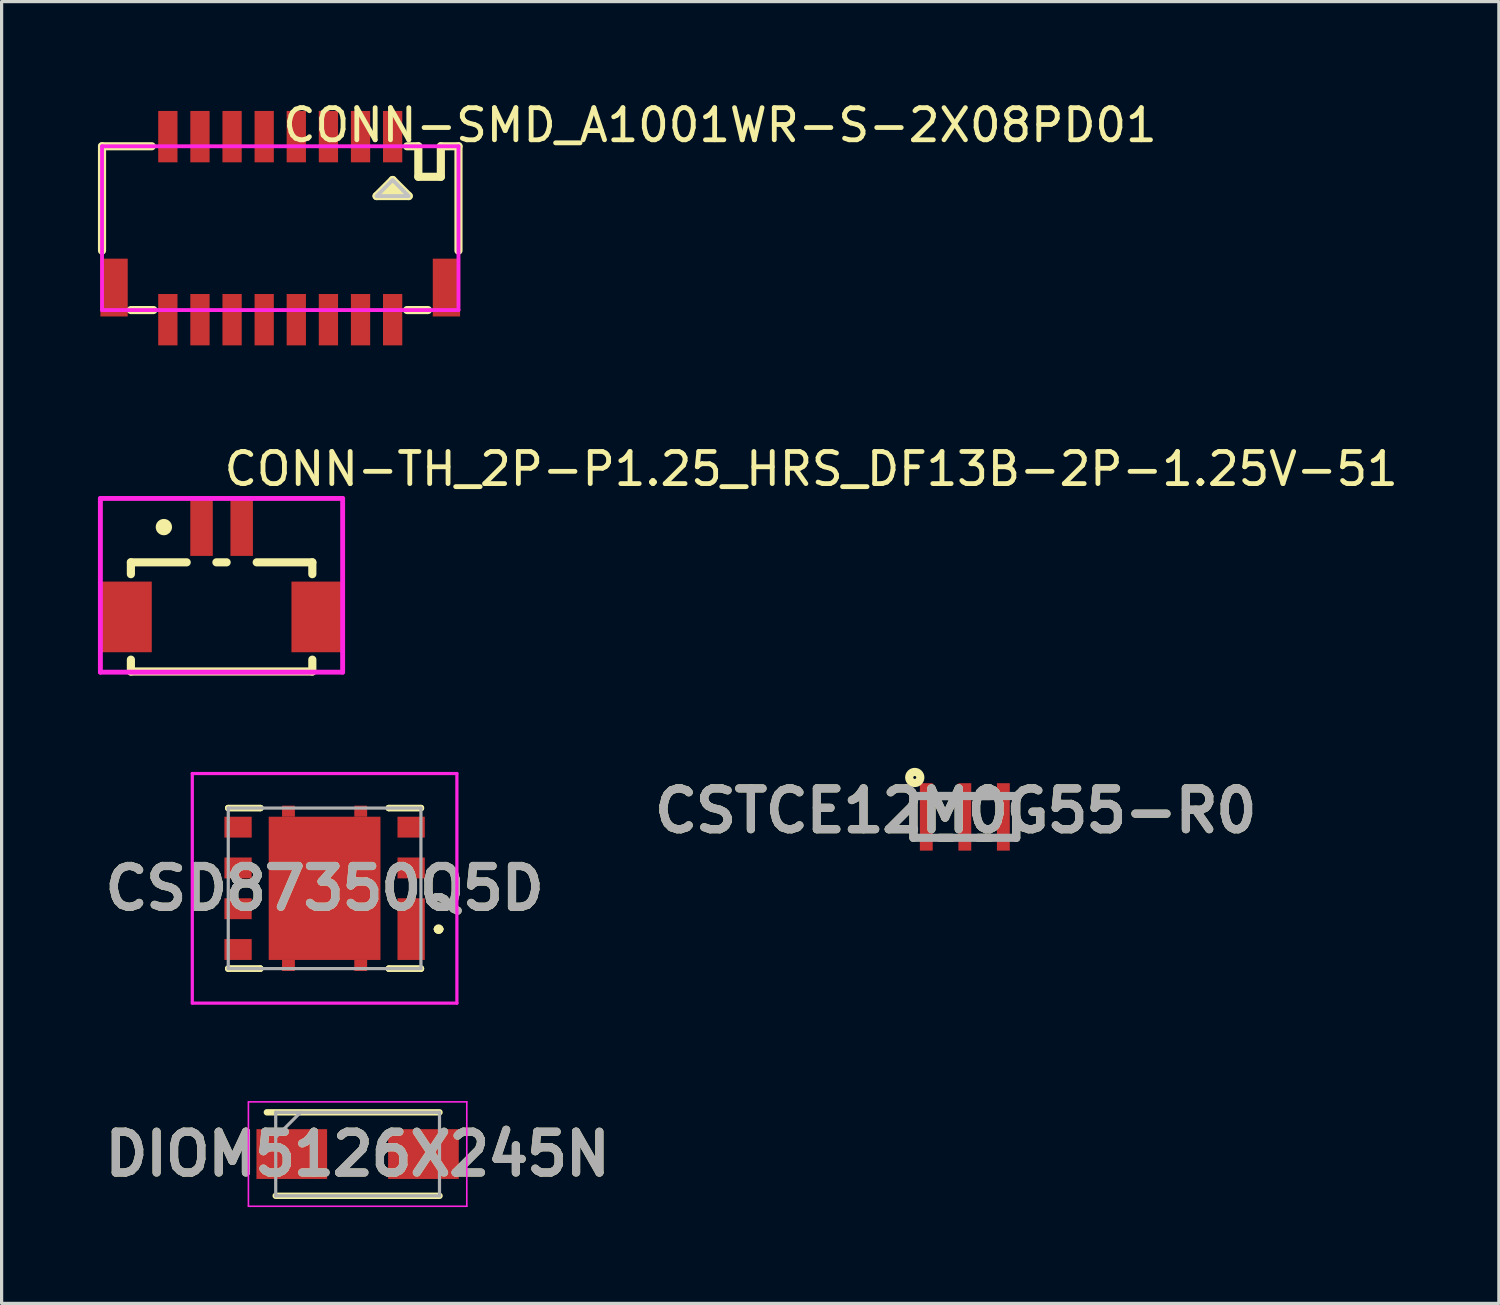
<source format=kicad_pcb>
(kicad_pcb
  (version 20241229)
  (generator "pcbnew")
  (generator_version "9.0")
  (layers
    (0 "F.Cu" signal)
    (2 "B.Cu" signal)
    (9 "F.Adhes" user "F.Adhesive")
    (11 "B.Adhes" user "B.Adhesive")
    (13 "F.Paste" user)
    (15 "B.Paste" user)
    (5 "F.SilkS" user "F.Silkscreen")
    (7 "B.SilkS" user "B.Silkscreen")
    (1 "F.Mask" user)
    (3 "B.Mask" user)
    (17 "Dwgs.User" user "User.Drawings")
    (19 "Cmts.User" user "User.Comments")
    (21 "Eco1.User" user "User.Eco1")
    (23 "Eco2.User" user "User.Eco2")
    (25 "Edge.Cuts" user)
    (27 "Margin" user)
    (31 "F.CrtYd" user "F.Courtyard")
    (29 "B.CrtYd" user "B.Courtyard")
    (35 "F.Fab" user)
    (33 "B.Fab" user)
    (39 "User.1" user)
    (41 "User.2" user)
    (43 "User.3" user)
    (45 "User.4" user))
  (footprint "DIOM5126X245N"
    (layer "F.Cu")
    (at 8.086 32.888)
    (property "Reference" "DIOM5126X245N" (at 0 0 0) (layer "F.SilkS") (effects (font (size 1.27 1.27) (thickness 0.254))))
    (attr smd)
    (fp_line (start -2.55 1.3) (end 2.55 1.3) (stroke (width 0.2) (type solid)) (layer "F.SilkS"))
    (fp_line (start 2.55 -1.3) (end -2.825 -1.3) (stroke (width 0.2) (type solid)) (layer "F.SilkS"))
    (fp_line (start -3.4 -1.625) (end 3.4 -1.625) (stroke (width 0.05) (type solid)) (layer "F.CrtYd"))
    (fp_line (start -3.4 1.625) (end -3.4 -1.625) (stroke (width 0.05) (type solid)) (layer "F.CrtYd"))
    (fp_line (start 3.4 -1.625) (end 3.4 1.625) (stroke (width 0.05) (type solid)) (layer "F.CrtYd"))
    (fp_line (start 3.4 1.625) (end -3.4 1.625) (stroke (width 0.05) (type solid)) (layer "F.CrtYd"))
    (fp_line (start -2.55 -1.3) (end 2.55 -1.3) (stroke (width 0.1) (type solid)) (layer "F.Fab"))
    (fp_line (start -2.55 -0.525) (end -1.775 -1.3) (stroke (width 0.1) (type solid)) (layer "F.Fab"))
    (fp_line (start -2.55 1.3) (end -2.55 -1.3) (stroke (width 0.1) (type solid)) (layer "F.Fab"))
    (fp_line (start 2.55 -1.3) (end 2.55 1.3) (stroke (width 0.1) (type solid)) (layer "F.Fab"))
    (fp_line (start 2.55 1.3) (end -2.55 1.3) (stroke (width 0.1) (type solid)) (layer "F.Fab"))
    (fp_text user "${REFERENCE}" (at 0 0 0) (layer "F.Fab") (effects (font (size 1.27 1.27) (thickness 0.254))))
    (pad "1" smd rect (at -2.05 0 90) (size 1.55 2.2) (layers "F.Cu" "F.Mask" "F.Paste"))
    (pad "2" smd rect (at 2.05 0 90) (size 1.55 2.2) (layers "F.Cu" "F.Mask" "F.Paste")))
  (footprint "CONN-SMD_A1001WR-S-2X08PD01"
    (layer "F.Cu")
    (at 5.677 4.055)
    (property "Reference" "CONN-SMD_A1001WR-S-2X08PD01" (at 0 -3.207 0) (layer "F.SilkS") (effects (font (size 1 1) (thickness 0.15)) (justify left)))
    (attr through_hole)
    (fp_line (start -5.55 -2.55) (end -5.55 0.7) (stroke (width 0.254) (type solid)) (layer "F.SilkS"))
    (fp_line (start -4.65 2.55) (end -3.95 2.55) (stroke (width 0.254) (type solid)) (layer "F.SilkS"))
    (fp_line (start -4.001 -2.55) (end -5.55 -2.55) (stroke (width 0.254) (type solid)) (layer "F.SilkS"))
    (fp_line (start 3 -1) (end 4 -1) (stroke (width 0.254) (type solid)) (layer "F.SilkS"))
    (fp_line (start 3.5 -1.5) (end 3 -1) (stroke (width 0.254) (type solid)) (layer "F.SilkS"))
    (fp_line (start 3.95 -2.55) (end 4.3 -2.55) (stroke (width 0.254) (type solid)) (layer "F.SilkS"))
    (fp_line (start 3.95 2.55) (end 4.6 2.55) (stroke (width 0.254) (type solid)) (layer "F.SilkS"))
    (fp_line (start 4 -1) (end 3.5 -1.5) (stroke (width 0.254) (type solid)) (layer "F.SilkS"))
    (fp_line (start 4.3 -2.55) (end 4.3 -1.6) (stroke (width 0.254) (type solid)) (layer "F.SilkS"))
    (fp_line (start 4.3 -1.6) (end 5.001 -1.6) (stroke (width 0.254) (type solid)) (layer "F.SilkS"))
    (fp_line (start 5.001 -2.55) (end 5.55 -2.55) (stroke (width 0.254) (type solid)) (layer "F.SilkS"))
    (fp_line (start 5.001 -1.6) (end 5.001 -2.55) (stroke (width 0.254) (type solid)) (layer "F.SilkS"))
    (fp_line (start 5.55 -2.55) (end 5.55 0.7) (stroke (width 0.254) (type solid)) (layer "F.SilkS"))
    (fp_poly (pts (xy 3.5 -1.5) (xy 3 -1) (xy 4 -1)) (stroke (width 0.12) (type solid)) (fill yes) (layer "F.SilkS"))
    (fp_poly (pts (xy 3.5 -1.5) (xy 3 -1) (xy 4 -1)) (stroke (width 0.12) (type solid)) (fill no) (layer "Dwgs.User"))
    (fp_circle (center 5.55 -3.25) (end 5.58 -3.25) (stroke (width 0.06) (type solid)) (fill no) (layer "Eco2.User"))
    (fp_poly (pts (xy -5.275 1.15) (xy -5.075 1.15) (xy -5.075 2.55) (xy -5.275 2.55)) (stroke (width 0.12) (type solid)) (fill no) (layer "Eco2.User"))
    (fp_poly (pts (xy -3.6 -3.25) (xy -3.4 -3.25) (xy -3.4 -2.5) (xy -3.6 -2.5)) (stroke (width 0.12) (type solid)) (fill no) (layer "Eco2.User"))
    (fp_poly (pts (xy -3.6 2.5) (xy -3.4 2.5) (xy -3.4 3.25) (xy -3.6 3.25)) (stroke (width 0.12) (type solid)) (fill no) (layer "Eco2.User"))
    (fp_poly (pts (xy -2.6 -3.25) (xy -2.4 -3.25) (xy -2.4 -2.5) (xy -2.6 -2.5)) (stroke (width 0.12) (type solid)) (fill no) (layer "Eco2.User"))
    (fp_poly (pts (xy -2.6 2.5) (xy -2.4 2.5) (xy -2.4 3.25) (xy -2.6 3.25)) (stroke (width 0.12) (type solid)) (fill no) (layer "Eco2.User"))
    (fp_poly (pts (xy -1.6 -3.25) (xy -1.4 -3.25) (xy -1.4 -2.5) (xy -1.6 -2.5)) (stroke (width 0.12) (type solid)) (fill no) (layer "Eco2.User"))
    (fp_poly (pts (xy -1.6 2.5) (xy -1.4 2.5) (xy -1.4 3.25) (xy -1.6 3.25)) (stroke (width 0.12) (type solid)) (fill no) (layer "Eco2.User"))
    (fp_poly (pts (xy -0.6 -3.25) (xy -0.4 -3.25) (xy -0.4 -2.5) (xy -0.6 -2.5)) (stroke (width 0.12) (type solid)) (fill no) (layer "Eco2.User"))
    (fp_poly (pts (xy -0.6 2.5) (xy -0.4 2.5) (xy -0.4 3.25) (xy -0.6 3.25)) (stroke (width 0.12) (type solid)) (fill no) (layer "Eco2.User"))
    (fp_poly (pts (xy 0.4 -3.25) (xy 0.6 -3.25) (xy 0.6 -2.5) (xy 0.4 -2.5)) (stroke (width 0.12) (type solid)) (fill no) (layer "Eco2.User"))
    (fp_poly (pts (xy 0.4 2.5) (xy 0.6 2.5) (xy 0.6 3.25) (xy 0.4 3.25)) (stroke (width 0.12) (type solid)) (fill no) (layer "Eco2.User"))
    (fp_poly (pts (xy 1.4 -3.25) (xy 1.6 -3.25) (xy 1.6 -2.5) (xy 1.4 -2.5)) (stroke (width 0.12) (type solid)) (fill no) (layer "Eco2.User"))
    (fp_poly (pts (xy 1.4 2.5) (xy 1.6 2.5) (xy 1.6 3.25) (xy 1.4 3.25)) (stroke (width 0.12) (type solid)) (fill no) (layer "Eco2.User"))
    (fp_poly (pts (xy 2.4 -3.25) (xy 2.6 -3.25) (xy 2.6 -2.5) (xy 2.4 -2.5)) (stroke (width 0.12) (type solid)) (fill no) (layer "Eco2.User"))
    (fp_poly (pts (xy 2.4 2.5) (xy 2.6 2.5) (xy 2.6 3.25) (xy 2.4 3.25)) (stroke (width 0.12) (type solid)) (fill no) (layer "Eco2.User"))
    (fp_poly (pts (xy 3.4 -3.25) (xy 3.6 -3.25) (xy 3.6 -2.5) (xy 3.4 -2.5)) (stroke (width 0.12) (type solid)) (fill no) (layer "Eco2.User"))
    (fp_poly (pts (xy 3.4 2.5) (xy 3.6 2.5) (xy 3.6 3.25) (xy 3.4 3.25)) (stroke (width 0.12) (type solid)) (fill no) (layer "Eco2.User"))
    (fp_poly (pts (xy 5.075 1.15) (xy 5.275 1.15) (xy 5.275 2.55) (xy 5.075 2.55)) (stroke (width 0.12) (type solid)) (fill no) (layer "Eco2.User"))
    (fp_line (start -5.55 -2.55) (end 5.55 -2.55) (stroke (width 0.12) (type solid)) (layer "F.CrtYd"))
    (fp_line (start -5.55 2.55) (end -5.55 -2.55) (stroke (width 0.12) (type solid)) (layer "F.CrtYd"))
    (fp_line (start 5.55 -2.55) (end 5.55 2.55) (stroke (width 0.12) (type solid)) (layer "F.CrtYd"))
    (fp_line (start 5.55 2.55) (end -5.55 2.55) (stroke (width 0.12) (type solid)) (layer "F.CrtYd"))
    (pad "1" smd rect (at 3.5 -2.85) (size 0.6 1.6) (layers "F.Cu" "F.Mask" "F.Paste"))
    (pad "2" smd rect (at 3.5 2.85) (size 0.6 1.6) (layers "F.Cu" "F.Mask" "F.Paste"))
    (pad "3" smd rect (at 2.5 -2.85) (size 0.6 1.6) (layers "F.Cu" "F.Mask" "F.Paste"))
    (pad "4" smd rect (at 2.5 2.85) (size 0.6 1.6) (layers "F.Cu" "F.Mask" "F.Paste"))
    (pad "5" smd rect (at 1.5 -2.85) (size 0.6 1.6) (layers "F.Cu" "F.Mask" "F.Paste"))
    (pad "6" smd rect (at 1.5 2.85) (size 0.6 1.6) (layers "F.Cu" "F.Mask" "F.Paste"))
    (pad "7" smd rect (at 0.5 -2.85) (size 0.6 1.6) (layers "F.Cu" "F.Mask" "F.Paste"))
    (pad "8" smd rect (at 0.5 2.85) (size 0.6 1.6) (layers "F.Cu" "F.Mask" "F.Paste"))
    (pad "9" smd rect (at -0.5 -2.85) (size 0.6 1.6) (layers "F.Cu" "F.Mask" "F.Paste"))
    (pad "10" smd rect (at -0.5 2.85) (size 0.6 1.6) (layers "F.Cu" "F.Mask" "F.Paste"))
    (pad "11" smd rect (at -1.5 -2.85) (size 0.6 1.6) (layers "F.Cu" "F.Mask" "F.Paste"))
    (pad "12" smd rect (at -1.5 2.85) (size 0.6 1.6) (layers "F.Cu" "F.Mask" "F.Paste"))
    (pad "13" smd rect (at -2.5 -2.85) (size 0.6 1.6) (layers "F.Cu" "F.Mask" "F.Paste"))
    (pad "14" smd rect (at -2.5 2.85) (size 0.6 1.6) (layers "F.Cu" "F.Mask" "F.Paste"))
    (pad "15" smd rect (at -3.5 -2.85) (size 0.6 1.6) (layers "F.Cu" "F.Mask" "F.Paste"))
    (pad "16" smd rect (at -3.5 2.85) (size 0.6 1.6) (layers "F.Cu" "F.Mask" "F.Paste"))
    (pad "17" smd rect (at -5.175 1.85) (size 0.85 1.8) (layers "F.Cu" "F.Mask" "F.Paste"))
    (pad "18" smd rect (at 5.175 1.85) (size 0.85 1.8) (layers "F.Cu" "F.Mask" "F.Paste")))
  (footprint "CONN-TH_2P-P1.25_HRS_DF13B-2P-1.25V-51"
    (layer "F.Cu")
    (at 3.851 14.761)
    (property "Reference" "CONN-TH_2P-P1.25_HRS_DF13B-2P-1.25V-51" (at 0 -3.207 0) (layer "F.SilkS") (effects (font (size 1 1) (thickness 0.15)) (justify left)))
    (attr through_hole)
    (fp_line (start -2.825 -0.3) (end -2.825 0.069) (stroke (width 0.254) (type solid)) (layer "F.SilkS"))
    (fp_line (start -2.825 -0.3) (end -1.088 -0.3) (stroke (width 0.254) (type solid)) (layer "F.SilkS"))
    (fp_line (start -2.825 2.731) (end -2.825 3.1) (stroke (width 0.254) (type solid)) (layer "F.SilkS"))
    (fp_line (start -0.162 -0.3) (end 0.156 -0.3) (stroke (width 0.254) (type solid)) (layer "F.SilkS"))
    (fp_line (start 1.093 -0.3) (end 2.825 -0.3) (stroke (width 0.254) (type solid)) (layer "F.SilkS"))
    (fp_line (start 2.825 0.069) (end 2.825 -0.3) (stroke (width 0.254) (type solid)) (layer "F.SilkS"))
    (fp_line (start 2.825 3.1) (end -2.825 3.1) (stroke (width 0.254) (type solid)) (layer "F.SilkS"))
    (fp_line (start 2.825 3.1) (end 2.825 2.731) (stroke (width 0.254) (type solid)) (layer "F.SilkS"))
    (fp_circle (center -1.798 -1.397) (end -1.671 -1.397) (stroke (width 0.254) (type solid)) (fill no) (layer "F.SilkS"))
    (fp_line (start -3.775 -2.289) (end 3.769 -2.289) (stroke (width 0.152) (type solid)) (layer "F.CrtYd"))
    (fp_line (start -3.775 3.121) (end -3.775 -2.289) (stroke (width 0.152) (type solid)) (layer "F.CrtYd"))
    (fp_line (start 3.769 -2.289) (end 3.769 3.121) (stroke (width 0.152) (type solid)) (layer "F.CrtYd"))
    (fp_line (start 3.769 3.121) (end -3.775 3.121) (stroke (width 0.152) (type solid)) (layer "F.CrtYd"))
    (pad "1" smd rect (at -0.625 -1.4 180) (size 0.7 1.8) (layers "F.Cu" "F.Mask" "F.Paste"))
    (pad "2" smd rect (at 0.625 -1.4 180) (size 0.7 1.8) (layers "F.Cu" "F.Mask" "F.Paste"))
    (pad "3" smd rect (at 2.975 1.4 180) (size 1.6 2.2) (layers "F.Cu" "F.Mask" "F.Paste"))
    (pad "4" smd rect (at -2.975 1.4 180) (size 1.6 2.2) (layers "F.Cu" "F.Mask" "F.Paste")))
  (footprint "CSTCE12M0G55-R0"
    (layer "F.Cu")
    (at 26.995 22.389)
    (property "Reference" "CSTCE12M0G55-R0" (at -0.282 -0.192 0) (layer "F.SilkS") (effects (font (size 1.27 1.27) (thickness 0.254))))
    (attr smd)
    (fp_line (start -1.6 0.65) (end -1.6 -0.65) (stroke (width 0.254) (type solid)) (layer "F.SilkS"))
    (fp_line (start -0.807 -0.65) (end -0.428 -0.65) (stroke (width 0.254) (type solid)) (layer "F.SilkS"))
    (fp_line (start -0.783 0.65) (end -0.404 0.65) (stroke (width 0.254) (type solid)) (layer "F.SilkS"))
    (fp_line (start 0.417 -0.65) (end 0.796 -0.65) (stroke (width 0.254) (type solid)) (layer "F.SilkS"))
    (fp_line (start 0.417 0.65) (end 0.796 0.65) (stroke (width 0.254) (type solid)) (layer "F.SilkS"))
    (fp_line (start 1.6 -0.65) (end 1.6 0.65) (stroke (width 0.254) (type solid)) (layer "F.SilkS"))
    (fp_circle (center -1.559 -1.228) (end -1.559 -1.182) (stroke (width 0.254) (type solid)) (fill no) (layer "F.SilkS"))
    (fp_line (start -1.6 -0.65) (end 1.6 -0.65) (stroke (width 0.254) (type solid)) (layer "F.Fab"))
    (fp_line (start -1.6 0.65) (end -1.6 -0.65) (stroke (width 0.254) (type solid)) (layer "F.Fab"))
    (fp_line (start 1.6 -0.65) (end 1.6 0.65) (stroke (width 0.254) (type solid)) (layer "F.Fab"))
    (fp_line (start 1.6 0.65) (end -1.6 0.65) (stroke (width 0.254) (type solid)) (layer "F.Fab"))
    (fp_text user "${REFERENCE}" (at -0.282 -0.192 0) (layer "F.Fab") (effects (font (size 1.27 1.27) (thickness 0.254))))
    (pad "1" smd rect (at -1.2 0) (size 0.4 2.1) (layers "F.Cu" "F.Mask" "F.Paste"))
    (pad "2" smd rect (at 0 0) (size 0.4 2.1) (layers "F.Cu" "F.Mask" "F.Paste"))
    (pad "3" smd rect (at 1.2 0) (size 0.4 2.1) (layers "F.Cu" "F.Mask" "F.Paste")))
  (footprint "CSD87350Q5D"
    (layer "F.Cu")
    (at 7.058 24.613)
    (property "Reference" "CSD87350Q5D" (at 0 0 0) (layer "F.SilkS") (effects (font (size 1.27 1.27) (thickness 0.254))))
    (attr smd)
    (fp_line (start -3 -2.5) (end -3 -2.5) (stroke (width 0.2) (type solid)) (layer "F.SilkS"))
    (fp_line (start -3 -2.5) (end -2 -2.5) (stroke (width 0.2) (type solid)) (layer "F.SilkS"))
    (fp_line (start -3 2.5) (end -3 2.5) (stroke (width 0.2) (type solid)) (layer "F.SilkS"))
    (fp_line (start -3 2.5) (end -2 2.5) (stroke (width 0.2) (type solid)) (layer "F.SilkS"))
    (fp_line (start -2 -2.5) (end -3 -2.5) (stroke (width 0.2) (type solid)) (layer "F.SilkS"))
    (fp_line (start -2 -2.5) (end -2 -2.5) (stroke (width 0.2) (type solid)) (layer "F.SilkS"))
    (fp_line (start -2 2.5) (end -3 2.5) (stroke (width 0.2) (type solid)) (layer "F.SilkS"))
    (fp_line (start -2 2.5) (end -2 2.5) (stroke (width 0.2) (type solid)) (layer "F.SilkS"))
    (fp_line (start 2 -2.5) (end 2 -2.5) (stroke (width 0.2) (type solid)) (layer "F.SilkS"))
    (fp_line (start 2 -2.5) (end 3 -2.5) (stroke (width 0.2) (type solid)) (layer "F.SilkS"))
    (fp_line (start 2 2.5) (end 2 2.5) (stroke (width 0.2) (type solid)) (layer "F.SilkS"))
    (fp_line (start 2 2.5) (end 3 2.5) (stroke (width 0.2) (type solid)) (layer "F.SilkS"))
    (fp_line (start 3 -2.5) (end 2 -2.5) (stroke (width 0.2) (type solid)) (layer "F.SilkS"))
    (fp_line (start 3 -2.5) (end 3 -2.5) (stroke (width 0.2) (type solid)) (layer "F.SilkS"))
    (fp_line (start 3 2.5) (end 2 2.5) (stroke (width 0.2) (type solid)) (layer "F.SilkS"))
    (fp_line (start 3 2.5) (end 3 2.5) (stroke (width 0.2) (type solid)) (layer "F.SilkS"))
    (fp_line (start 3.5 1.27) (end 3.5 1.27) (stroke (width 0.2) (type solid)) (layer "F.SilkS"))
    (fp_line (start 3.5 1.27) (end 3.5 1.27) (stroke (width 0.2) (type solid)) (layer "F.SilkS"))
    (fp_line (start 3.6 1.27) (end 3.6 1.27) (stroke (width 0.2) (type solid)) (layer "F.SilkS"))
    (fp_arc (start 3.5 1.27) (mid 3.55 1.22) (end 3.6 1.27) (stroke (width 0.2) (type solid)) (layer "F.SilkS"))
    (fp_arc (start 3.6 1.27) (mid 3.55 1.32) (end 3.5 1.27) (stroke (width 0.2) (type solid)) (layer "F.SilkS"))
    (fp_arc (start 3.6 1.27) (mid 3.55 1.32) (end 3.5 1.27) (stroke (width 0.2) (type solid)) (layer "F.SilkS"))
    (fp_line (start -4.12 -3.575) (end 4.12 -3.575) (stroke (width 0.1) (type solid)) (layer "F.CrtYd"))
    (fp_line (start -4.12 3.575) (end -4.12 -3.575) (stroke (width 0.1) (type solid)) (layer "F.CrtYd"))
    (fp_line (start 4.12 -3.575) (end 4.12 3.575) (stroke (width 0.1) (type solid)) (layer "F.CrtYd"))
    (fp_line (start 4.12 3.575) (end -4.12 3.575) (stroke (width 0.1) (type solid)) (layer "F.CrtYd"))
    (fp_line (start -3 -2.5) (end -3 2.5) (stroke (width 0.1) (type solid)) (layer "F.Fab"))
    (fp_line (start -3 2.5) (end 3 2.5) (stroke (width 0.1) (type solid)) (layer "F.Fab"))
    (fp_line (start 3 -2.5) (end -3 -2.5) (stroke (width 0.1) (type solid)) (layer "F.Fab"))
    (fp_line (start 3 2.5) (end 3 -2.5) (stroke (width 0.1) (type solid)) (layer "F.Fab"))
    (fp_text user "${REFERENCE}" (at 0 0 0) (layer "F.Fab") (effects (font (size 1.27 1.27) (thickness 0.254))))
    (pad "1" smd rect (at 2.695 1.27) (size 0.85 1.92) (layers "F.Cu" "F.Mask" "F.Paste"))
    (pad "3" smd rect (at 2.695 -0.635 90) (size 0.65 0.85) (layers "F.Cu" "F.Mask" "F.Paste"))
    (pad "4" smd rect (at 2.695 -1.905 90) (size 0.65 0.85) (layers "F.Cu" "F.Mask" "F.Paste"))
    (pad "5" smd rect (at -2.695 -1.905 90) (size 0.65 0.85) (layers "F.Cu" "F.Mask" "F.Paste"))
    (pad "6" smd rect (at -2.695 -0.635 90) (size 0.65 0.85) (layers "F.Cu" "F.Mask" "F.Paste"))
    (pad "7" smd rect (at -2.695 0.635 90) (size 0.65 0.85) (layers "F.Cu" "F.Mask" "F.Paste"))
    (pad "8" smd rect (at -2.695 1.905 90) (size 0.65 0.85) (layers "F.Cu" "F.Mask" "F.Paste"))
    (pad "9" smd rect (at 0 0) (size 3.48 4.46) (layers "F.Cu" "F.Mask" "F.Paste"))
    (pad "10" smd rect (at 1.125 -2.402 90) (size 0.345 0.4) (layers "F.Cu" "F.Mask" "F.Paste"))
    (pad "11" smd rect (at -1.125 -2.402 90) (size 0.345 0.4) (layers "F.Cu" "F.Mask" "F.Paste"))
    (pad "12" smd rect (at -1.125 2.402 90) (size 0.345 0.4) (layers "F.Cu" "F.Mask" "F.Paste"))
    (pad "13" smd rect (at 1.125 2.402 90) (size 0.345 0.4) (layers "F.Cu" "F.Mask" "F.Paste")))
  (gr_rect
    (start -3 -3)
    (end 43.625 37.538)
    (stroke (width 0.1) (type default))
    (fill no)
    (layer "Edge.Cuts")))
</source>
